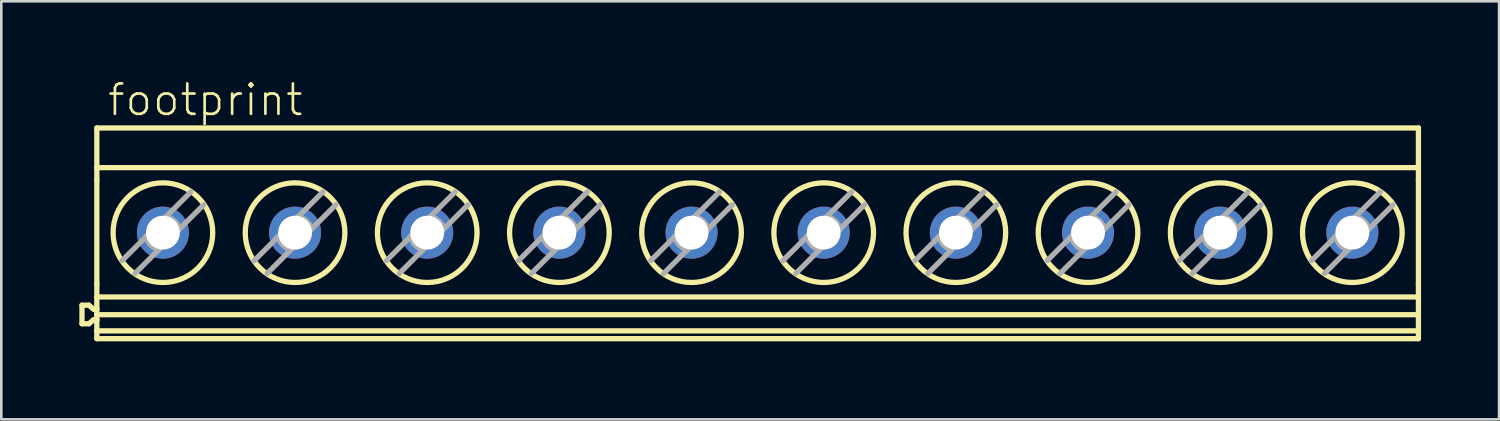
<source format=kicad_pcb>
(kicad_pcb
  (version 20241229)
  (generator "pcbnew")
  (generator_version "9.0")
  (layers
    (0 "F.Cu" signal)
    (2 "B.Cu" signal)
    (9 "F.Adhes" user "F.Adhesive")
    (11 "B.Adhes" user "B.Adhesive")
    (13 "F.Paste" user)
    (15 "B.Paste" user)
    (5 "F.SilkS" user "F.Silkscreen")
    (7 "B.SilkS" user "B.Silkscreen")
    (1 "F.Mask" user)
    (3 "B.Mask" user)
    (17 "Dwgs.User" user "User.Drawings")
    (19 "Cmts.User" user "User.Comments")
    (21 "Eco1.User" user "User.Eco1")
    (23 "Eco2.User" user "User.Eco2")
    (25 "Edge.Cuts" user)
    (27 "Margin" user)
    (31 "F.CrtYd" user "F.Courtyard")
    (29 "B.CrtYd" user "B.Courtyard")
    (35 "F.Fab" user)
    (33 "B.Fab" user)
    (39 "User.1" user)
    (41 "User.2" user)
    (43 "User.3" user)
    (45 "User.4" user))
  (footprint "footprint"
    (layer "F.Cu")
    (at 26.093 5.918)
    (property "Reference" "footprint" (at -25.071 -4.445 0) (layer "F.SilkS") (effects (font (size 1.168 1.168) (thickness 0.102)) (justify left bottom)))
    (fp_line (start -25.991 2.763) (end -25.991 3.477) (stroke (width 0.203) (type solid)) (layer "F.SilkS"))
    (fp_line (start -25.991 2.763) (end -25.728 2.763) (stroke (width 0.203) (type solid)) (layer "F.SilkS"))
    (fp_line (start -25.991 3.477) (end -25.728 3.477) (stroke (width 0.203) (type solid)) (layer "F.SilkS"))
    (fp_line (start -25.728 2.763) (end -25.55 2.913) (stroke (width 0.203) (type solid)) (layer "F.SilkS"))
    (fp_line (start -25.55 2.913) (end -25.421 2.913) (stroke (width 0.203) (type solid)) (layer "F.SilkS"))
    (fp_line (start -25.55 3.327) (end -25.728 3.477) (stroke (width 0.203) (type solid)) (layer "F.SilkS"))
    (fp_line (start -25.421 -4.05) (end 25.379 -4.05) (stroke (width 0.203) (type solid)) (layer "F.SilkS"))
    (fp_line (start -25.421 -2.524) (end -25.421 -4.05) (stroke (width 0.203) (type solid)) (layer "F.SilkS"))
    (fp_line (start -25.421 -2.524) (end -25.421 -2.041) (stroke (width 0.203) (type solid)) (layer "F.SilkS"))
    (fp_line (start -25.421 -2.524) (end 25.379 -2.524) (stroke (width 0.203) (type solid)) (layer "F.SilkS"))
    (fp_line (start -25.421 1.956) (end -25.421 -2.041) (stroke (width 0.203) (type solid)) (layer "F.SilkS"))
    (fp_line (start -25.421 1.956) (end -25.421 2.448) (stroke (width 0.203) (type solid)) (layer "F.SilkS"))
    (fp_line (start -25.421 2.913) (end -25.421 2.448) (stroke (width 0.203) (type solid)) (layer "F.SilkS"))
    (fp_line (start -25.421 3.128) (end -25.421 2.913) (stroke (width 0.203) (type solid)) (layer "F.SilkS"))
    (fp_line (start -25.421 3.128) (end 25.379 3.128) (stroke (width 0.203) (type solid)) (layer "F.SilkS"))
    (fp_line (start -25.421 3.327) (end -25.55 3.327) (stroke (width 0.203) (type solid)) (layer "F.SilkS"))
    (fp_line (start -25.421 3.327) (end -25.421 3.128) (stroke (width 0.203) (type solid)) (layer "F.SilkS"))
    (fp_line (start -25.421 3.75) (end -25.421 3.327) (stroke (width 0.203) (type solid)) (layer "F.SilkS"))
    (fp_line (start -25.421 3.75) (end -25.421 4.05) (stroke (width 0.203) (type solid)) (layer "F.SilkS"))
    (fp_line (start -25.421 4.05) (end 25.379 4.05) (stroke (width 0.203) (type solid)) (layer "F.SilkS"))
    (fp_line (start 25.379 -2.524) (end 25.379 -4.05) (stroke (width 0.203) (type solid)) (layer "F.SilkS"))
    (fp_line (start 25.379 -2.524) (end 25.379 -2.041) (stroke (width 0.203) (type solid)) (layer "F.SilkS"))
    (fp_line (start 25.379 1.956) (end 25.379 -2.041) (stroke (width 0.203) (type solid)) (layer "F.SilkS"))
    (fp_line (start 25.379 1.956) (end 25.379 2.448) (stroke (width 0.203) (type solid)) (layer "F.SilkS"))
    (fp_line (start 25.379 2.448) (end -25.421 2.448) (stroke (width 0.203) (type solid)) (layer "F.SilkS"))
    (fp_line (start 25.379 3.128) (end 25.379 2.448) (stroke (width 0.203) (type solid)) (layer "F.SilkS"))
    (fp_line (start 25.379 3.75) (end -25.421 3.75) (stroke (width 0.203) (type solid)) (layer "F.SilkS"))
    (fp_line (start 25.379 3.75) (end 25.379 3.128) (stroke (width 0.203) (type solid)) (layer "F.SilkS"))
    (fp_line (start 25.379 3.75) (end 25.379 4.05) (stroke (width 0.203) (type solid)) (layer "F.SilkS"))
    (fp_circle (center -22.881 -0.025) (end -20.966 -0.025) (stroke (width 0.203) (type solid)) (fill no) (layer "F.SilkS"))
    (fp_circle (center -17.801 -0.025) (end -15.886 -0.025) (stroke (width 0.203) (type solid)) (fill no) (layer "F.SilkS"))
    (fp_circle (center -12.721 -0.025) (end -10.806 -0.025) (stroke (width 0.203) (type solid)) (fill no) (layer "F.SilkS"))
    (fp_circle (center -7.641 -0.025) (end -5.726 -0.025) (stroke (width 0.203) (type solid)) (fill no) (layer "F.SilkS"))
    (fp_circle (center -2.561 -0.025) (end -0.646 -0.025) (stroke (width 0.203) (type solid)) (fill no) (layer "F.SilkS"))
    (fp_circle (center 2.519 -0.025) (end 4.434 -0.025) (stroke (width 0.203) (type solid)) (fill no) (layer "F.SilkS"))
    (fp_circle (center 7.599 -0.025) (end 9.514 -0.025) (stroke (width 0.203) (type solid)) (fill no) (layer "F.SilkS"))
    (fp_circle (center 12.679 -0.025) (end 14.594 -0.025) (stroke (width 0.203) (type solid)) (fill no) (layer "F.SilkS"))
    (fp_circle (center 17.759 -0.025) (end 19.674 -0.025) (stroke (width 0.203) (type solid)) (fill no) (layer "F.SilkS"))
    (fp_circle (center 22.839 -0.025) (end 24.754 -0.025) (stroke (width 0.203) (type solid)) (fill no) (layer "F.SilkS"))
    (fp_line (start -24.449 1.048) (end -23.52 0.119) (stroke (width 0.203) (type solid)) (layer "F.Fab"))
    (fp_line (start -23.52 0.119) (end -22.881 -0.52) (stroke (width 0.203) (type solid)) (layer "F.Fab"))
    (fp_line (start -23.041 0.63) (end -23.954 1.543) (stroke (width 0.203) (type solid)) (layer "F.Fab"))
    (fp_line (start -22.881 -0.52) (end -22.762 -0.639) (stroke (width 0.203) (type solid)) (layer "F.Fab"))
    (fp_line (start -22.881 0.47) (end -23.041 0.63) (stroke (width 0.203) (type solid)) (layer "F.Fab"))
    (fp_line (start -22.762 -0.639) (end -21.808 -1.593) (stroke (width 0.203) (type solid)) (layer "F.Fab"))
    (fp_line (start -22.251 -0.16) (end -22.881 0.47) (stroke (width 0.203) (type solid)) (layer "F.Fab"))
    (fp_line (start -21.313 -1.098) (end -22.251 -0.16) (stroke (width 0.203) (type solid)) (layer "F.Fab"))
    (fp_line (start -19.369 1.048) (end -18.44 0.119) (stroke (width 0.203) (type solid)) (layer "F.Fab"))
    (fp_line (start -18.44 0.119) (end -17.801 -0.52) (stroke (width 0.203) (type solid)) (layer "F.Fab"))
    (fp_line (start -17.961 0.63) (end -18.874 1.543) (stroke (width 0.203) (type solid)) (layer "F.Fab"))
    (fp_line (start -17.801 -0.52) (end -17.682 -0.639) (stroke (width 0.203) (type solid)) (layer "F.Fab"))
    (fp_line (start -17.801 0.47) (end -17.961 0.63) (stroke (width 0.203) (type solid)) (layer "F.Fab"))
    (fp_line (start -17.682 -0.639) (end -16.728 -1.593) (stroke (width 0.203) (type solid)) (layer "F.Fab"))
    (fp_line (start -17.171 -0.16) (end -17.801 0.47) (stroke (width 0.203) (type solid)) (layer "F.Fab"))
    (fp_line (start -16.233 -1.098) (end -17.171 -0.16) (stroke (width 0.203) (type solid)) (layer "F.Fab"))
    (fp_line (start -14.289 1.048) (end -13.36 0.119) (stroke (width 0.203) (type solid)) (layer "F.Fab"))
    (fp_line (start -13.36 0.119) (end -12.721 -0.52) (stroke (width 0.203) (type solid)) (layer "F.Fab"))
    (fp_line (start -12.881 0.63) (end -13.794 1.543) (stroke (width 0.203) (type solid)) (layer "F.Fab"))
    (fp_line (start -12.721 -0.52) (end -12.602 -0.639) (stroke (width 0.203) (type solid)) (layer "F.Fab"))
    (fp_line (start -12.721 0.47) (end -12.881 0.63) (stroke (width 0.203) (type solid)) (layer "F.Fab"))
    (fp_line (start -12.602 -0.639) (end -11.648 -1.593) (stroke (width 0.203) (type solid)) (layer "F.Fab"))
    (fp_line (start -12.091 -0.16) (end -12.721 0.47) (stroke (width 0.203) (type solid)) (layer "F.Fab"))
    (fp_line (start -11.153 -1.098) (end -12.091 -0.16) (stroke (width 0.203) (type solid)) (layer "F.Fab"))
    (fp_line (start -9.209 1.048) (end -8.28 0.119) (stroke (width 0.203) (type solid)) (layer "F.Fab"))
    (fp_line (start -8.28 0.119) (end -7.641 -0.52) (stroke (width 0.203) (type solid)) (layer "F.Fab"))
    (fp_line (start -7.801 0.63) (end -8.714 1.543) (stroke (width 0.203) (type solid)) (layer "F.Fab"))
    (fp_line (start -7.641 -0.52) (end -7.522 -0.639) (stroke (width 0.203) (type solid)) (layer "F.Fab"))
    (fp_line (start -7.641 0.47) (end -7.801 0.63) (stroke (width 0.203) (type solid)) (layer "F.Fab"))
    (fp_line (start -7.522 -0.639) (end -6.568 -1.593) (stroke (width 0.203) (type solid)) (layer "F.Fab"))
    (fp_line (start -7.011 -0.16) (end -7.641 0.47) (stroke (width 0.203) (type solid)) (layer "F.Fab"))
    (fp_line (start -6.073 -1.098) (end -7.011 -0.16) (stroke (width 0.203) (type solid)) (layer "F.Fab"))
    (fp_line (start -4.129 1.048) (end -3.2 0.119) (stroke (width 0.203) (type solid)) (layer "F.Fab"))
    (fp_line (start -3.2 0.119) (end -2.561 -0.52) (stroke (width 0.203) (type solid)) (layer "F.Fab"))
    (fp_line (start -2.721 0.63) (end -3.634 1.543) (stroke (width 0.203) (type solid)) (layer "F.Fab"))
    (fp_line (start -2.561 -0.52) (end -2.442 -0.639) (stroke (width 0.203) (type solid)) (layer "F.Fab"))
    (fp_line (start -2.561 0.47) (end -2.721 0.63) (stroke (width 0.203) (type solid)) (layer "F.Fab"))
    (fp_line (start -2.442 -0.639) (end -1.488 -1.593) (stroke (width 0.203) (type solid)) (layer "F.Fab"))
    (fp_line (start -1.931 -0.16) (end -2.561 0.47) (stroke (width 0.203) (type solid)) (layer "F.Fab"))
    (fp_line (start -0.993 -1.098) (end -1.931 -0.16) (stroke (width 0.203) (type solid)) (layer "F.Fab"))
    (fp_line (start 0.951 1.048) (end 1.88 0.119) (stroke (width 0.203) (type solid)) (layer "F.Fab"))
    (fp_line (start 1.88 0.119) (end 2.519 -0.52) (stroke (width 0.203) (type solid)) (layer "F.Fab"))
    (fp_line (start 2.359 0.63) (end 1.446 1.543) (stroke (width 0.203) (type solid)) (layer "F.Fab"))
    (fp_line (start 2.519 -0.52) (end 2.638 -0.639) (stroke (width 0.203) (type solid)) (layer "F.Fab"))
    (fp_line (start 2.519 0.47) (end 2.359 0.63) (stroke (width 0.203) (type solid)) (layer "F.Fab"))
    (fp_line (start 2.638 -0.639) (end 3.592 -1.593) (stroke (width 0.203) (type solid)) (layer "F.Fab"))
    (fp_line (start 3.149 -0.16) (end 2.519 0.47) (stroke (width 0.203) (type solid)) (layer "F.Fab"))
    (fp_line (start 4.087 -1.098) (end 3.149 -0.16) (stroke (width 0.203) (type solid)) (layer "F.Fab"))
    (fp_line (start 6.031 1.048) (end 6.96 0.119) (stroke (width 0.203) (type solid)) (layer "F.Fab"))
    (fp_line (start 6.96 0.119) (end 7.599 -0.52) (stroke (width 0.203) (type solid)) (layer "F.Fab"))
    (fp_line (start 7.439 0.63) (end 6.526 1.543) (stroke (width 0.203) (type solid)) (layer "F.Fab"))
    (fp_line (start 7.599 -0.52) (end 7.718 -0.639) (stroke (width 0.203) (type solid)) (layer "F.Fab"))
    (fp_line (start 7.599 0.47) (end 7.439 0.63) (stroke (width 0.203) (type solid)) (layer "F.Fab"))
    (fp_line (start 7.718 -0.639) (end 8.672 -1.593) (stroke (width 0.203) (type solid)) (layer "F.Fab"))
    (fp_line (start 8.229 -0.16) (end 7.599 0.47) (stroke (width 0.203) (type solid)) (layer "F.Fab"))
    (fp_line (start 9.167 -1.098) (end 8.229 -0.16) (stroke (width 0.203) (type solid)) (layer "F.Fab"))
    (fp_line (start 11.111 1.048) (end 12.04 0.119) (stroke (width 0.203) (type solid)) (layer "F.Fab"))
    (fp_line (start 12.04 0.119) (end 12.679 -0.52) (stroke (width 0.203) (type solid)) (layer "F.Fab"))
    (fp_line (start 12.519 0.63) (end 11.606 1.543) (stroke (width 0.203) (type solid)) (layer "F.Fab"))
    (fp_line (start 12.679 -0.52) (end 12.798 -0.639) (stroke (width 0.203) (type solid)) (layer "F.Fab"))
    (fp_line (start 12.679 0.47) (end 12.519 0.63) (stroke (width 0.203) (type solid)) (layer "F.Fab"))
    (fp_line (start 12.798 -0.639) (end 13.752 -1.593) (stroke (width 0.203) (type solid)) (layer "F.Fab"))
    (fp_line (start 13.309 -0.16) (end 12.679 0.47) (stroke (width 0.203) (type solid)) (layer "F.Fab"))
    (fp_line (start 14.247 -1.098) (end 13.309 -0.16) (stroke (width 0.203) (type solid)) (layer "F.Fab"))
    (fp_line (start 16.191 1.048) (end 17.12 0.119) (stroke (width 0.203) (type solid)) (layer "F.Fab"))
    (fp_line (start 17.12 0.119) (end 17.759 -0.52) (stroke (width 0.203) (type solid)) (layer "F.Fab"))
    (fp_line (start 17.599 0.63) (end 16.686 1.543) (stroke (width 0.203) (type solid)) (layer "F.Fab"))
    (fp_line (start 17.759 -0.52) (end 17.878 -0.639) (stroke (width 0.203) (type solid)) (layer "F.Fab"))
    (fp_line (start 17.759 0.47) (end 17.599 0.63) (stroke (width 0.203) (type solid)) (layer "F.Fab"))
    (fp_line (start 17.878 -0.639) (end 18.832 -1.593) (stroke (width 0.203) (type solid)) (layer "F.Fab"))
    (fp_line (start 18.389 -0.16) (end 17.759 0.47) (stroke (width 0.203) (type solid)) (layer "F.Fab"))
    (fp_line (start 19.327 -1.098) (end 18.389 -0.16) (stroke (width 0.203) (type solid)) (layer "F.Fab"))
    (fp_line (start 21.271 1.048) (end 22.2 0.119) (stroke (width 0.203) (type solid)) (layer "F.Fab"))
    (fp_line (start 22.2 0.119) (end 22.839 -0.52) (stroke (width 0.203) (type solid)) (layer "F.Fab"))
    (fp_line (start 22.679 0.63) (end 21.766 1.543) (stroke (width 0.203) (type solid)) (layer "F.Fab"))
    (fp_line (start 22.839 -0.52) (end 22.958 -0.639) (stroke (width 0.203) (type solid)) (layer "F.Fab"))
    (fp_line (start 22.839 0.47) (end 22.679 0.63) (stroke (width 0.203) (type solid)) (layer "F.Fab"))
    (fp_line (start 22.958 -0.639) (end 23.912 -1.593) (stroke (width 0.203) (type solid)) (layer "F.Fab"))
    (fp_line (start 23.469 -0.16) (end 22.839 0.47) (stroke (width 0.203) (type solid)) (layer "F.Fab"))
    (fp_line (start 24.407 -1.098) (end 23.469 -0.16) (stroke (width 0.203) (type solid)) (layer "F.Fab"))
    (fp_arc (start -23.041099 0.63) (mid -23.355315 0.444537) (end -23.5201 0.119) (stroke (width 0.2032) (type solid)) (layer "F.Fab"))
    (fp_arc (start -22.7621 -0.639) (mid -22.436563 -0.474216) (end -22.2511 -0.16) (stroke (width 0.2032) (type solid)) (layer "F.Fab"))
    (fp_arc (start -17.961099 0.63) (mid -18.275315 0.444537) (end -18.4401 0.119) (stroke (width 0.2032) (type solid)) (layer "F.Fab"))
    (fp_arc (start -17.6821 -0.639) (mid -17.356563 -0.474216) (end -17.1711 -0.16) (stroke (width 0.2032) (type solid)) (layer "F.Fab"))
    (fp_arc (start -12.881099 0.63) (mid -13.195315 0.444537) (end -13.3601 0.119) (stroke (width 0.2032) (type solid)) (layer "F.Fab"))
    (fp_arc (start -12.6021 -0.639) (mid -12.276563 -0.474216) (end -12.0911 -0.16) (stroke (width 0.2032) (type solid)) (layer "F.Fab"))
    (fp_arc (start -7.801099 0.63) (mid -8.115315 0.444537) (end -8.2801 0.119) (stroke (width 0.2032) (type solid)) (layer "F.Fab"))
    (fp_arc (start -7.5221 -0.639) (mid -7.196563 -0.474216) (end -7.0111 -0.16) (stroke (width 0.2032) (type solid)) (layer "F.Fab"))
    (fp_arc (start -2.721099 0.63) (mid -3.035315 0.444537) (end -3.2001 0.119) (stroke (width 0.2032) (type solid)) (layer "F.Fab"))
    (fp_arc (start -2.4421 -0.639) (mid -2.116563 -0.474216) (end -1.9311 -0.16) (stroke (width 0.2032) (type solid)) (layer "F.Fab"))
    (fp_arc (start 2.3589 0.629999) (mid 2.044684 0.444536) (end 1.8799 0.119) (stroke (width 0.2032) (type solid)) (layer "F.Fab"))
    (fp_arc (start 2.6379 -0.639001) (mid 2.963437 -0.474216) (end 3.1489 -0.16) (stroke (width 0.2032) (type solid)) (layer "F.Fab"))
    (fp_arc (start 7.4389 0.629999) (mid 7.124684 0.444536) (end 6.9599 0.119) (stroke (width 0.2032) (type solid)) (layer "F.Fab"))
    (fp_arc (start 7.7179 -0.639001) (mid 8.043437 -0.474216) (end 8.2289 -0.16) (stroke (width 0.2032) (type solid)) (layer "F.Fab"))
    (fp_arc (start 12.5189 0.629999) (mid 12.204684 0.444536) (end 12.0399 0.119) (stroke (width 0.2032) (type solid)) (layer "F.Fab"))
    (fp_arc (start 12.7979 -0.639001) (mid 13.123437 -0.474216) (end 13.3089 -0.16) (stroke (width 0.2032) (type solid)) (layer "F.Fab"))
    (fp_arc (start 17.5989 0.629999) (mid 17.284684 0.444536) (end 17.1199 0.119) (stroke (width 0.2032) (type solid)) (layer "F.Fab"))
    (fp_arc (start 17.8779 -0.639001) (mid 18.203437 -0.474216) (end 18.3889 -0.16) (stroke (width 0.2032) (type solid)) (layer "F.Fab"))
    (fp_arc (start 22.6789 0.629999) (mid 22.364684 0.444536) (end 22.1999 0.119) (stroke (width 0.2032) (type solid)) (layer "F.Fab"))
    (fp_arc (start 22.9579 -0.639001) (mid 23.283437 -0.474216) (end 23.4689 -0.16) (stroke (width 0.2032) (type solid)) (layer "F.Fab"))
    (pad "1" thru_hole circle (at -22.881 -0.025) (size 2 2) (drill 1.3) (layers "*.Cu" "*.Mask"))
    (pad "2" thru_hole circle (at -17.801 -0.025) (size 2 2) (drill 1.3) (layers "*.Cu" "*.Mask"))
    (pad "3" thru_hole circle (at -12.721 -0.025) (size 2 2) (drill 1.3) (layers "*.Cu" "*.Mask"))
    (pad "4" thru_hole circle (at -7.641 -0.025) (size 2 2) (drill 1.3) (layers "*.Cu" "*.Mask"))
    (pad "5" thru_hole circle (at -2.561 -0.025) (size 2 2) (drill 1.3) (layers "*.Cu" "*.Mask"))
    (pad "6" thru_hole circle (at 2.519 -0.025) (size 2 2) (drill 1.3) (layers "*.Cu" "*.Mask"))
    (pad "7" thru_hole circle (at 7.599 -0.025) (size 2 2) (drill 1.3) (layers "*.Cu" "*.Mask"))
    (pad "8" thru_hole circle (at 12.679 -0.025) (size 2 2) (drill 1.3) (layers "*.Cu" "*.Mask"))
    (pad "9" thru_hole circle (at 17.759 -0.025) (size 2 2) (drill 1.3) (layers "*.Cu" "*.Mask"))
    (pad "10" thru_hole circle (at 22.839 -0.025) (size 2 2) (drill 1.3) (layers "*.Cu" "*.Mask")))
  (gr_rect
    (start -3 -3)
    (end 54.573 13.07)
    (stroke (width 0.1) (type default))
    (fill no)
    (layer "Edge.Cuts")))
</source>
